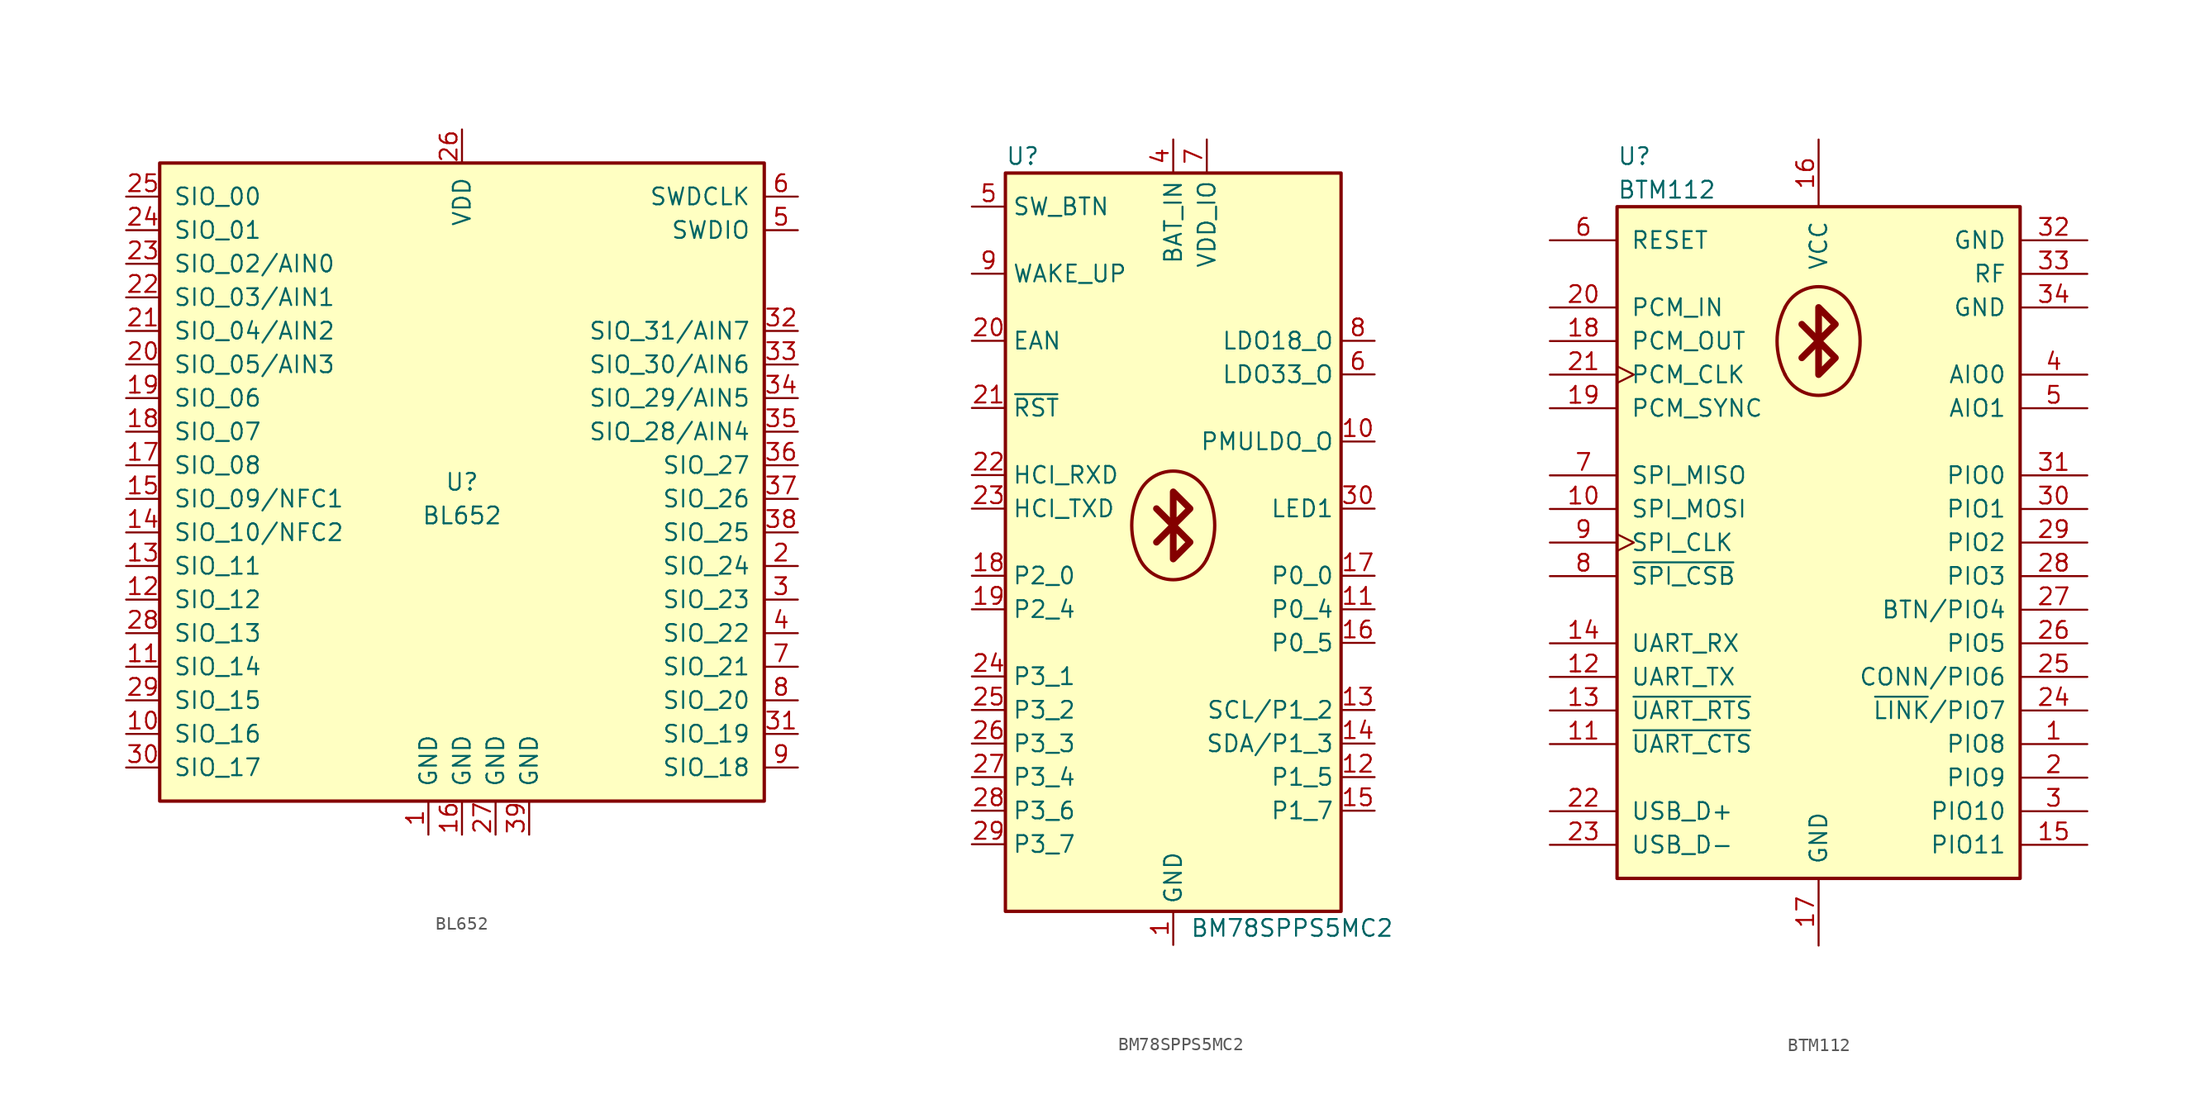
<source format=kicad_sym>
(kicad_symbol_lib
  (version 20201005)
  (generator kicad_symbol_editor)
  (symbol "RF_Bluetooth:BL652"
    (pin_names
      (offset 1.016))
    (property "Reference" "U"
      (at 0 1.27 0)
      (effects (font (size 1.27 1.27))))
    (property "Value" "BL652"
      (at 0 -1.27 0)
      (effects (font (size 1.27 1.27))))
    (symbol "BL652_0_1"
      (rectangle (start 22.86 25.4) (end -22.86 -22.86) (stroke (width 0.254)) (fill (type background))))
    (symbol "BL652_1_1"
      (pin power_in line (at -2.54 -25.4 90) (length 2.54) (name "GND" (effects (font (size 1.27 1.27)))) (number "1" (effects (font (size 1.27 1.27)))))
      (pin bidirectional line (at -25.4 -17.78 0) (length 2.54) (name "SIO_16" (effects (font (size 1.27 1.27)))) (number "10" (effects (font (size 1.27 1.27)))))
      (pin bidirectional line (at -25.4 -12.7 0) (length 2.54) (name "SIO_14" (effects (font (size 1.27 1.27)))) (number "11" (effects (font (size 1.27 1.27)))))
      (pin bidirectional line (at -25.4 -7.62 0) (length 2.54) (name "SIO_12" (effects (font (size 1.27 1.27)))) (number "12" (effects (font (size 1.27 1.27)))))
      (pin bidirectional line (at -25.4 -5.08 0) (length 2.54) (name "SIO_11" (effects (font (size 1.27 1.27)))) (number "13" (effects (font (size 1.27 1.27)))))
      (pin bidirectional line (at -25.4 -2.54 0) (length 2.54) (name "SIO_10/NFC2" (effects (font (size 1.27 1.27)))) (number "14" (effects (font (size 1.27 1.27)))))
      (pin bidirectional line (at -25.4 0 0) (length 2.54) (name "SIO_09/NFC1" (effects (font (size 1.27 1.27)))) (number "15" (effects (font (size 1.27 1.27)))))
      (pin power_in line (at 0 -25.4 90) (length 2.54) (name "GND" (effects (font (size 1.27 1.27)))) (number "16" (effects (font (size 1.27 1.27)))))
      (pin bidirectional line (at -25.4 2.54 0) (length 2.54) (name "SIO_08" (effects (font (size 1.27 1.27)))) (number "17" (effects (font (size 1.27 1.27)))))
      (pin bidirectional line (at -25.4 5.08 0) (length 2.54) (name "SIO_07" (effects (font (size 1.27 1.27)))) (number "18" (effects (font (size 1.27 1.27)))))
      (pin bidirectional line (at -25.4 7.62 0) (length 2.54) (name "SIO_06" (effects (font (size 1.27 1.27)))) (number "19" (effects (font (size 1.27 1.27)))))
      (pin bidirectional line (at 25.4 -5.08 180) (length 2.54) (name "SIO_24" (effects (font (size 1.27 1.27)))) (number "2" (effects (font (size 1.27 1.27)))))
      (pin bidirectional line (at -25.4 10.16 0) (length 2.54) (name "SIO_05/AIN3" (effects (font (size 1.27 1.27)))) (number "20" (effects (font (size 1.27 1.27)))))
      (pin bidirectional line (at -25.4 12.7 0) (length 2.54) (name "SIO_04/AIN2" (effects (font (size 1.27 1.27)))) (number "21" (effects (font (size 1.27 1.27)))))
      (pin bidirectional line (at -25.4 15.24 0) (length 2.54) (name "SIO_03/AIN1" (effects (font (size 1.27 1.27)))) (number "22" (effects (font (size 1.27 1.27)))))
      (pin bidirectional line (at -25.4 17.78 0) (length 2.54) (name "SIO_02/AIN0" (effects (font (size 1.27 1.27)))) (number "23" (effects (font (size 1.27 1.27)))))
      (pin bidirectional line (at -25.4 20.32 0) (length 2.54) (name "SIO_01" (effects (font (size 1.27 1.27)))) (number "24" (effects (font (size 1.27 1.27)))))
      (pin bidirectional line (at -25.4 22.86 0) (length 2.54) (name "SIO_00" (effects (font (size 1.27 1.27)))) (number "25" (effects (font (size 1.27 1.27)))))
      (pin power_in line (at 0 27.94 270) (length 2.54) (name "VDD" (effects (font (size 1.27 1.27)))) (number "26" (effects (font (size 1.27 1.27)))))
      (pin power_in line (at 2.54 -25.4 90) (length 2.54) (name "GND" (effects (font (size 1.27 1.27)))) (number "27" (effects (font (size 1.27 1.27)))))
      (pin bidirectional line (at -25.4 -10.16 0) (length 2.54) (name "SIO_13" (effects (font (size 1.27 1.27)))) (number "28" (effects (font (size 1.27 1.27)))))
      (pin bidirectional line (at -25.4 -15.24 0) (length 2.54) (name "SIO_15" (effects (font (size 1.27 1.27)))) (number "29" (effects (font (size 1.27 1.27)))))
      (pin bidirectional line (at 25.4 -7.62 180) (length 2.54) (name "SIO_23" (effects (font (size 1.27 1.27)))) (number "3" (effects (font (size 1.27 1.27)))))
      (pin bidirectional line (at -25.4 -20.32 0) (length 2.54) (name "SIO_17" (effects (font (size 1.27 1.27)))) (number "30" (effects (font (size 1.27 1.27)))))
      (pin bidirectional line (at 25.4 -17.78 180) (length 2.54) (name "SIO_19" (effects (font (size 1.27 1.27)))) (number "31" (effects (font (size 1.27 1.27)))))
      (pin bidirectional line (at 25.4 12.7 180) (length 2.54) (name "SIO_31/AIN7" (effects (font (size 1.27 1.27)))) (number "32" (effects (font (size 1.27 1.27)))))
      (pin bidirectional line (at 25.4 10.16 180) (length 2.54) (name "SIO_30/AIN6" (effects (font (size 1.27 1.27)))) (number "33" (effects (font (size 1.27 1.27)))))
      (pin bidirectional line (at 25.4 7.62 180) (length 2.54) (name "SIO_29/AIN5" (effects (font (size 1.27 1.27)))) (number "34" (effects (font (size 1.27 1.27)))))
      (pin bidirectional line (at 25.4 5.08 180) (length 2.54) (name "SIO_28/AIN4" (effects (font (size 1.27 1.27)))) (number "35" (effects (font (size 1.27 1.27)))))
      (pin bidirectional line (at 25.4 2.54 180) (length 2.54) (name "SIO_27" (effects (font (size 1.27 1.27)))) (number "36" (effects (font (size 1.27 1.27)))))
      (pin bidirectional line (at 25.4 0 180) (length 2.54) (name "SIO_26" (effects (font (size 1.27 1.27)))) (number "37" (effects (font (size 1.27 1.27)))))
      (pin bidirectional line (at 25.4 -2.54 180) (length 2.54) (name "SIO_25" (effects (font (size 1.27 1.27)))) (number "38" (effects (font (size 1.27 1.27)))))
      (pin power_in line (at 5.08 -25.4 90) (length 2.54) (name "GND" (effects (font (size 1.27 1.27)))) (number "39" (effects (font (size 1.27 1.27)))))
      (pin bidirectional line (at 25.4 -10.16 180) (length 2.54) (name "SIO_22" (effects (font (size 1.27 1.27)))) (number "4" (effects (font (size 1.27 1.27)))))
      (pin bidirectional line (at 25.4 20.32 180) (length 2.54) (name "SWDIO" (effects (font (size 1.27 1.27)))) (number "5" (effects (font (size 1.27 1.27)))))
      (pin bidirectional line (at 25.4 22.86 180) (length 2.54) (name "SWDCLK" (effects (font (size 1.27 1.27)))) (number "6" (effects (font (size 1.27 1.27)))))
      (pin bidirectional line (at 25.4 -12.7 180) (length 2.54) (name "SIO_21" (effects (font (size 1.27 1.27)))) (number "7" (effects (font (size 1.27 1.27)))))
      (pin bidirectional line (at 25.4 -15.24 180) (length 2.54) (name "SIO_20" (effects (font (size 1.27 1.27)))) (number "8" (effects (font (size 1.27 1.27)))))
      (pin bidirectional line (at 25.4 -20.32 180) (length 2.54) (name "SIO_18" (effects (font (size 1.27 1.27)))) (number "9" (effects (font (size 1.27 1.27)))))))
  (symbol "RF_Bluetooth:BM78SPPS5MC2"
    (property "Reference" "U"
      (at -12.7 29.21 0)
      (effects (font (size 1.27 1.27)) (justify left)))
    (property "Value" "BM78SPPS5MC2"
      (at 1.27 -29.21 0)
      (effects (font (size 1.27 1.27)) (justify left)))
    (symbol "BM78SPPS5MC2_0_1"
      (arc (start 2.54 3.81) (end 2.54 -1.27) (radius (at -2.54 1.27) (length 5.6896) (angles 26.5 -26.5)) (stroke (width 0.254)) (fill (type background)))
      (arc (start -2.54 -1.27) (end 2.54 -1.27) (radius (at 0 0) (length 2.8448) (angles -153.4 -26.5)) (stroke (width 0.254)) (fill (type background)))
      (arc (start -2.54 3.81) (end 2.54 3.81) (radius (at 0 2.54) (length 2.8448) (angles 153.4 26.5)) (stroke (width 0.254)) (fill (type background)))
      (arc (start -2.54 3.81) (end -2.54 -1.27) (radius (at 2.54 1.27) (length 5.6896) (angles 153.4 -153.4)) (stroke (width 0.254)) (fill (type background)))
      (rectangle (start -12.7 27.94) (end 12.7 -27.94) (stroke (width 0.254)) (fill (type background)))
      (polyline (pts (xy 0 1.27) (xy -1.27 0)) (stroke (width 0.508)) (fill (type none)))
      (polyline (pts (xy 0 1.27) (xy -1.27 2.54)) (stroke (width 0.508)) (fill (type none)))
      (polyline (pts (xy 0 3.81) (xy 1.27 2.54) (xy 0 1.27) (xy 1.27 0) (xy 0 -1.27) (xy 0 3.81)) (stroke (width 0.508)) (fill (type none))))
    (symbol "BM78SPPS5MC2_1_1"
      (pin power_in line (at 0 -30.48 90) (length 2.54) (name "GND" (effects (font (size 1.27 1.27)))) (number "1" (effects (font (size 1.27 1.27)))))
      (pin passive line (at 15.24 7.62 180) (length 2.54) (name "PMULDO_O" (effects (font (size 1.27 1.27)))) (number "10" (effects (font (size 1.27 1.27)))))
      (pin output line (at 15.24 -5.08 180) (length 2.54) (name "P0_4" (effects (font (size 1.27 1.27)))) (number "11" (effects (font (size 1.27 1.27)))))
      (pin output line (at 15.24 -17.78 180) (length 2.54) (name "P1_5" (effects (font (size 1.27 1.27)))) (number "12" (effects (font (size 1.27 1.27)))))
      (pin output line (at 15.24 -12.7 180) (length 2.54) (name "SCL/P1_2" (effects (font (size 1.27 1.27)))) (number "13" (effects (font (size 1.27 1.27)))))
      (pin bidirectional line (at 15.24 -15.24 180) (length 2.54) (name "SDA/P1_3" (effects (font (size 1.27 1.27)))) (number "14" (effects (font (size 1.27 1.27)))))
      (pin bidirectional line (at 15.24 -20.32 180) (length 2.54) (name "P1_7" (effects (font (size 1.27 1.27)))) (number "15" (effects (font (size 1.27 1.27)))))
      (pin bidirectional line (at 15.24 -7.62 180) (length 2.54) (name "P0_5" (effects (font (size 1.27 1.27)))) (number "16" (effects (font (size 1.27 1.27)))))
      (pin bidirectional line (at 15.24 -2.54 180) (length 2.54) (name "P0_0" (effects (font (size 1.27 1.27)))) (number "17" (effects (font (size 1.27 1.27)))))
      (pin input line (at -15.24 -2.54 0) (length 2.54) (name "P2_0" (effects (font (size 1.27 1.27)))) (number "18" (effects (font (size 1.27 1.27)))))
      (pin input line (at -15.24 -5.08 0) (length 2.54) (name "P2_4" (effects (font (size 1.27 1.27)))) (number "19" (effects (font (size 1.27 1.27)))))
      (pin passive line (at 0 -30.48 90) (length 2.54) hide (name "GND" (effects (font (size 1.27 1.27)))) (number "2" (effects (font (size 1.27 1.27)))))
      (pin input line (at -15.24 15.24 0) (length 2.54) (name "EAN" (effects (font (size 1.27 1.27)))) (number "20" (effects (font (size 1.27 1.27)))))
      (pin input line (at -15.24 10.16 0) (length 2.54) (name "~RST" (effects (font (size 1.27 1.27)))) (number "21" (effects (font (size 1.27 1.27)))))
      (pin input line (at -15.24 5.08 0) (length 2.54) (name "HCI_RXD" (effects (font (size 1.27 1.27)))) (number "22" (effects (font (size 1.27 1.27)))))
      (pin output line (at -15.24 2.54 0) (length 2.54) (name "HCI_TXD" (effects (font (size 1.27 1.27)))) (number "23" (effects (font (size 1.27 1.27)))))
      (pin bidirectional line (at -15.24 -10.16 0) (length 2.54) (name "P3_1" (effects (font (size 1.27 1.27)))) (number "24" (effects (font (size 1.27 1.27)))))
      (pin bidirectional line (at -15.24 -12.7 0) (length 2.54) (name "P3_2" (effects (font (size 1.27 1.27)))) (number "25" (effects (font (size 1.27 1.27)))))
      (pin bidirectional line (at -15.24 -15.24 0) (length 2.54) (name "P3_3" (effects (font (size 1.27 1.27)))) (number "26" (effects (font (size 1.27 1.27)))))
      (pin bidirectional line (at -15.24 -17.78 0) (length 2.54) (name "P3_4" (effects (font (size 1.27 1.27)))) (number "27" (effects (font (size 1.27 1.27)))))
      (pin bidirectional line (at -15.24 -20.32 0) (length 2.54) (name "P3_6" (effects (font (size 1.27 1.27)))) (number "28" (effects (font (size 1.27 1.27)))))
      (pin bidirectional line (at -15.24 -22.86 0) (length 2.54) (name "P3_7" (effects (font (size 1.27 1.27)))) (number "29" (effects (font (size 1.27 1.27)))))
      (pin passive line (at 0 -30.48 90) (length 2.54) hide (name "GND" (effects (font (size 1.27 1.27)))) (number "3" (effects (font (size 1.27 1.27)))))
      (pin output line (at 15.24 2.54 180) (length 2.54) (name "LED1" (effects (font (size 1.27 1.27)))) (number "30" (effects (font (size 1.27 1.27)))))
      (pin passive line (at 0 -30.48 90) (length 2.54) hide (name "GND" (effects (font (size 1.27 1.27)))) (number "31" (effects (font (size 1.27 1.27)))))
      (pin passive line (at 0 -30.48 90) (length 2.54) hide (name "GND" (effects (font (size 1.27 1.27)))) (number "32" (effects (font (size 1.27 1.27)))))
      (pin passive line (at 0 -30.48 90) (length 2.54) hide (name "GND" (effects (font (size 1.27 1.27)))) (number "33" (effects (font (size 1.27 1.27)))))
      (pin power_in line (at 0 30.48 270) (length 2.54) (name "BAT_IN" (effects (font (size 1.27 1.27)))) (number "4" (effects (font (size 1.27 1.27)))))
      (pin input line (at -15.24 25.4 0) (length 2.54) (name "SW_BTN" (effects (font (size 1.27 1.27)))) (number "5" (effects (font (size 1.27 1.27)))))
      (pin power_out line (at 15.24 12.7 180) (length 2.54) (name "LDO33_O" (effects (font (size 1.27 1.27)))) (number "6" (effects (font (size 1.27 1.27)))))
      (pin power_in line (at 2.54 30.48 270) (length 2.54) (name "VDD_IO" (effects (font (size 1.27 1.27)))) (number "7" (effects (font (size 1.27 1.27)))))
      (pin power_out line (at 15.24 15.24 180) (length 2.54) (name "LDO18_O" (effects (font (size 1.27 1.27)))) (number "8" (effects (font (size 1.27 1.27)))))
      (pin input line (at -15.24 20.32 0) (length 2.54) (name "WAKE_UP" (effects (font (size 1.27 1.27)))) (number "9" (effects (font (size 1.27 1.27)))))))
  (symbol "RF_Bluetooth:BTM112"
    (pin_names
      (offset 1.016))
    (property "Reference" "U"
      (at -15.24 29.21 0)
      (effects (font (size 1.27 1.27)) (justify left)))
    (property "Value" "BTM112"
      (at -15.24 26.67 0)
      (effects (font (size 1.27 1.27)) (justify left)))
    (symbol "BTM112_0_1"
      (arc (start 2.54 17.78) (end 2.54 12.7) (radius (at -2.54 15.24) (length 5.6896) (angles 26.5 -26.5)) (stroke (width 0.254)) (fill (type background)))
      (arc (start -2.54 12.7) (end 2.54 12.7) (radius (at 0 13.97) (length 2.8448) (angles -153.4 -26.5)) (stroke (width 0.254)) (fill (type background)))
      (arc (start -2.54 17.78) (end 2.54 17.78) (radius (at 0 16.51) (length 2.8448) (angles 153.4 26.5)) (stroke (width 0.254)) (fill (type background)))
      (arc (start -2.54 17.78) (end -2.54 12.7) (radius (at 2.54 15.24) (length 5.6896) (angles 153.4 -153.4)) (stroke (width 0.254)) (fill (type background)))
      (rectangle (start -15.24 25.4) (end 15.24 -25.4) (stroke (width 0.254)) (fill (type background)))
      (polyline (pts (xy 0 15.24) (xy -1.27 13.97)) (stroke (width 0.508)) (fill (type none)))
      (polyline (pts (xy 0 15.24) (xy -1.27 16.51)) (stroke (width 0.508)) (fill (type none)))
      (polyline (pts (xy 0 17.78) (xy 1.27 16.51) (xy 0 15.24) (xy 1.27 13.97) (xy 0 12.7) (xy 0 17.78)) (stroke (width 0.508)) (fill (type none))))
    (symbol "BTM112_1_1"
      (pin bidirectional line (at 20.32 -15.24 180) (length 5.08) (name "PIO8" (effects (font (size 1.27 1.27)))) (number "1" (effects (font (size 1.27 1.27)))))
      (pin input line (at -20.32 2.54 0) (length 5.08) (name "SPI_MOSI" (effects (font (size 1.27 1.27)))) (number "10" (effects (font (size 1.27 1.27)))))
      (pin input line (at -20.32 -15.24 0) (length 5.08) (name "~UART_CTS" (effects (font (size 1.27 1.27)))) (number "11" (effects (font (size 1.27 1.27)))))
      (pin output line (at -20.32 -10.16 0) (length 5.08) (name "UART_TX" (effects (font (size 1.27 1.27)))) (number "12" (effects (font (size 1.27 1.27)))))
      (pin output line (at -20.32 -12.7 0) (length 5.08) (name "~UART_RTS" (effects (font (size 1.27 1.27)))) (number "13" (effects (font (size 1.27 1.27)))))
      (pin input line (at -20.32 -7.62 0) (length 5.08) (name "UART_RX" (effects (font (size 1.27 1.27)))) (number "14" (effects (font (size 1.27 1.27)))))
      (pin bidirectional line (at 20.32 -22.86 180) (length 5.08) (name "PIO11" (effects (font (size 1.27 1.27)))) (number "15" (effects (font (size 1.27 1.27)))))
      (pin power_in line (at 0 30.48 270) (length 5.08) (name "VCC" (effects (font (size 1.27 1.27)))) (number "16" (effects (font (size 1.27 1.27)))))
      (pin power_in line (at 0 -30.48 90) (length 5.08) (name "GND" (effects (font (size 1.27 1.27)))) (number "17" (effects (font (size 1.27 1.27)))))
      (pin output line (at -20.32 15.24 0) (length 5.08) (name "PCM_OUT" (effects (font (size 1.27 1.27)))) (number "18" (effects (font (size 1.27 1.27)))))
      (pin bidirectional line (at -20.32 10.16 0) (length 5.08) (name "PCM_SYNC" (effects (font (size 1.27 1.27)))) (number "19" (effects (font (size 1.27 1.27)))))
      (pin bidirectional line (at 20.32 -17.78 180) (length 5.08) (name "PIO9" (effects (font (size 1.27 1.27)))) (number "2" (effects (font (size 1.27 1.27)))))
      (pin input line (at -20.32 17.78 0) (length 5.08) (name "PCM_IN" (effects (font (size 1.27 1.27)))) (number "20" (effects (font (size 1.27 1.27)))))
      (pin bidirectional clock (at -20.32 12.7 0) (length 5.08) (name "PCM_CLK" (effects (font (size 1.27 1.27)))) (number "21" (effects (font (size 1.27 1.27)))))
      (pin bidirectional line (at -20.32 -20.32 0) (length 5.08) (name "USB_D+" (effects (font (size 1.27 1.27)))) (number "22" (effects (font (size 1.27 1.27)))))
      (pin bidirectional line (at -20.32 -22.86 0) (length 5.08) (name "USB_D-" (effects (font (size 1.27 1.27)))) (number "23" (effects (font (size 1.27 1.27)))))
      (pin bidirectional line (at 20.32 -12.7 180) (length 5.08) (name "~LINK~/PIO7" (effects (font (size 1.27 1.27)))) (number "24" (effects (font (size 1.27 1.27)))))
      (pin bidirectional line (at 20.32 -10.16 180) (length 5.08) (name "CONN/PIO6" (effects (font (size 1.27 1.27)))) (number "25" (effects (font (size 1.27 1.27)))))
      (pin bidirectional line (at 20.32 -7.62 180) (length 5.08) (name "PIO5" (effects (font (size 1.27 1.27)))) (number "26" (effects (font (size 1.27 1.27)))))
      (pin bidirectional line (at 20.32 -5.08 180) (length 5.08) (name "BTN/PIO4" (effects (font (size 1.27 1.27)))) (number "27" (effects (font (size 1.27 1.27)))))
      (pin bidirectional line (at 20.32 -2.54 180) (length 5.08) (name "PIO3" (effects (font (size 1.27 1.27)))) (number "28" (effects (font (size 1.27 1.27)))))
      (pin bidirectional line (at 20.32 0 180) (length 5.08) (name "PIO2" (effects (font (size 1.27 1.27)))) (number "29" (effects (font (size 1.27 1.27)))))
      (pin bidirectional line (at 20.32 -20.32 180) (length 5.08) (name "PIO10" (effects (font (size 1.27 1.27)))) (number "3" (effects (font (size 1.27 1.27)))))
      (pin bidirectional line (at 20.32 2.54 180) (length 5.08) (name "PIO1" (effects (font (size 1.27 1.27)))) (number "30" (effects (font (size 1.27 1.27)))))
      (pin bidirectional line (at 20.32 5.08 180) (length 5.08) (name "PIO0" (effects (font (size 1.27 1.27)))) (number "31" (effects (font (size 1.27 1.27)))))
      (pin power_in line (at 20.32 22.86 180) (length 5.08) (name "GND" (effects (font (size 1.27 1.27)))) (number "32" (effects (font (size 1.27 1.27)))))
      (pin passive line (at 20.32 20.32 180) (length 5.08) (name "RF" (effects (font (size 1.27 1.27)))) (number "33" (effects (font (size 1.27 1.27)))))
      (pin power_in line (at 20.32 17.78 180) (length 5.08) (name "GND" (effects (font (size 1.27 1.27)))) (number "34" (effects (font (size 1.27 1.27)))))
      (pin passive line (at 20.32 12.7 180) (length 5.08) (name "AIO0" (effects (font (size 1.27 1.27)))) (number "4" (effects (font (size 1.27 1.27)))))
      (pin passive line (at 20.32 10.16 180) (length 5.08) (name "AIO1" (effects (font (size 1.27 1.27)))) (number "5" (effects (font (size 1.27 1.27)))))
      (pin input line (at -20.32 22.86 0) (length 5.08) (name "RESET" (effects (font (size 1.27 1.27)))) (number "6" (effects (font (size 1.27 1.27)))))
      (pin output line (at -20.32 5.08 0) (length 5.08) (name "SPI_MISO" (effects (font (size 1.27 1.27)))) (number "7" (effects (font (size 1.27 1.27)))))
      (pin input line (at -20.32 -2.54 0) (length 5.08) (name "~SPI_CSB~" (effects (font (size 1.27 1.27)))) (number "8" (effects (font (size 1.27 1.27)))))
      (pin input clock (at -20.32 0 0) (length 5.08) (name "SPI_CLK" (effects (font (size 1.27 1.27)))) (number "9" (effects (font (size 1.27 1.27))))))))
</source>
